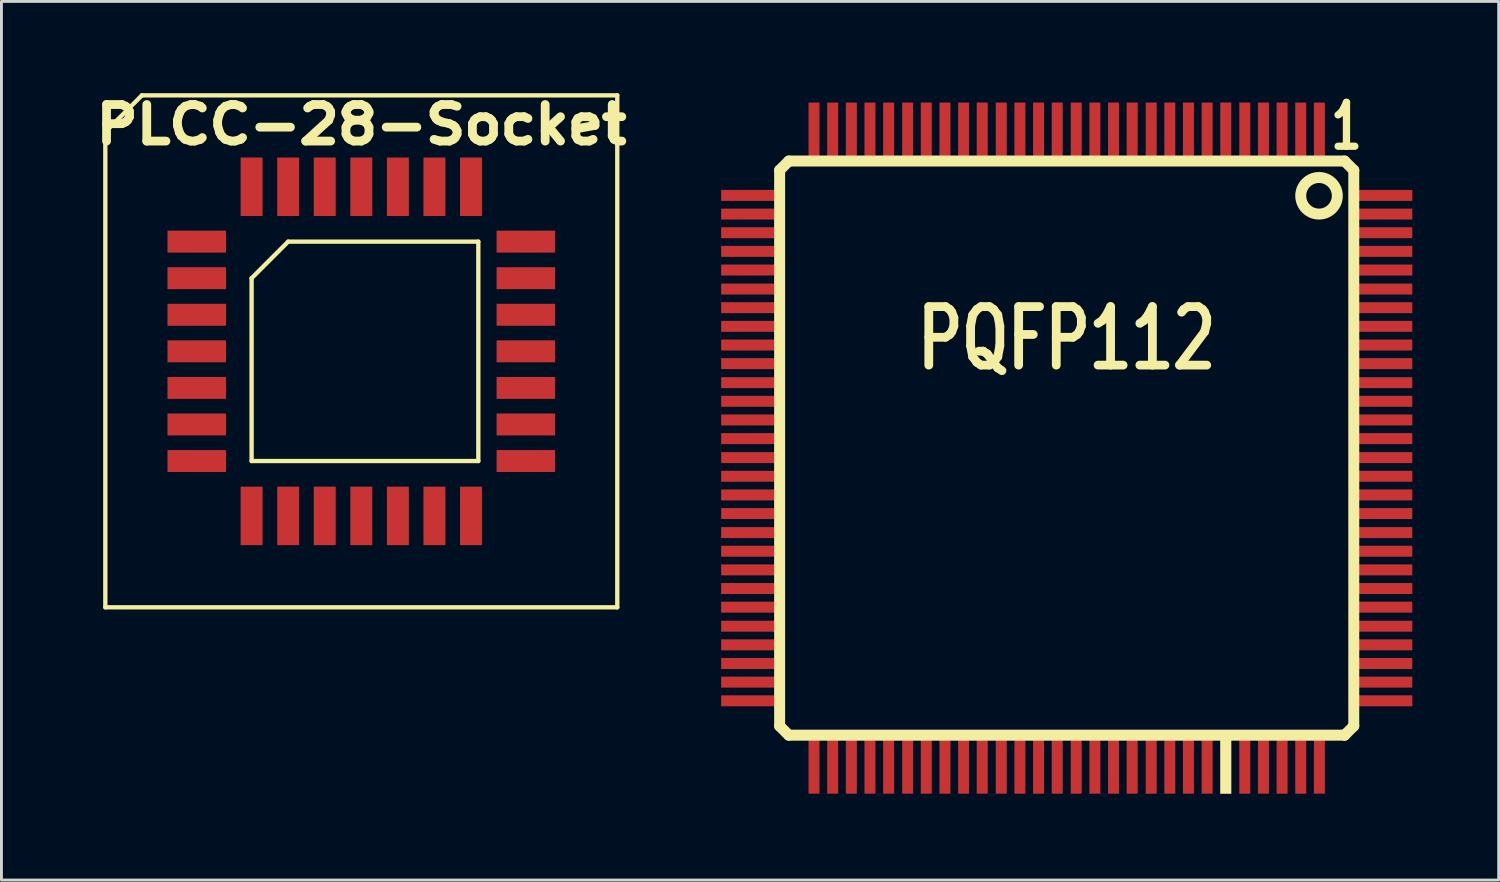
<source format=kicad_pcb>
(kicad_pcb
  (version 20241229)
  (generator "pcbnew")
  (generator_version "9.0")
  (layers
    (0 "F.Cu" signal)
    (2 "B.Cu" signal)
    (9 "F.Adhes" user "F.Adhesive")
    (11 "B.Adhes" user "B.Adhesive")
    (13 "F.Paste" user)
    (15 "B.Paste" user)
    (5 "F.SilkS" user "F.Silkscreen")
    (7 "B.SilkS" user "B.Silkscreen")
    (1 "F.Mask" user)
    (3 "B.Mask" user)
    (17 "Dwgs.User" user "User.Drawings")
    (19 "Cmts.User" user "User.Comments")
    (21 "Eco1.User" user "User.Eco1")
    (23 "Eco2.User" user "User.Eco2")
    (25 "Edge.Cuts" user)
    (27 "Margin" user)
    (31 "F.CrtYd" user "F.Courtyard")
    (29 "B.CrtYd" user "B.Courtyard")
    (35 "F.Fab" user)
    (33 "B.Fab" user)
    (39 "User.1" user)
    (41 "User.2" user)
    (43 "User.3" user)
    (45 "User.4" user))
  (footprint "PLCC-28-Socket"
    (layer "F.Cu")
    (at 9.498 9.152)
    (property "Reference" "PLCC-28-Socket" (at 0 -7.874 0) (layer "F.SilkS") (effects (font (size 1.27 1.397) (thickness 0.305))))
    (attr smd)
    (fp_line (start -8.89 -7.62) (end -8.89 8.89) (stroke (width 0.15) (type solid)) (layer "F.SilkS"))
    (fp_line (start -8.89 8.89) (end 8.89 8.89) (stroke (width 0.15) (type solid)) (layer "F.SilkS"))
    (fp_line (start -7.62 -8.89) (end -8.89 -7.62) (stroke (width 0.15) (type solid)) (layer "F.SilkS"))
    (fp_line (start -7.62 -8.89) (end 8.89 -8.89) (stroke (width 0.15) (type solid)) (layer "F.SilkS"))
    (fp_line (start -3.81 3.81) (end -3.81 -2.54) (stroke (width 0.15) (type solid)) (layer "F.SilkS"))
    (fp_line (start -2.54 -3.81) (end -3.81 -2.54) (stroke (width 0.15) (type solid)) (layer "F.SilkS"))
    (fp_line (start 4.064 -3.81) (end -2.54 -3.81) (stroke (width 0.15) (type solid)) (layer "F.SilkS"))
    (fp_line (start 4.064 -3.81) (end 4.064 3.81) (stroke (width 0.15) (type solid)) (layer "F.SilkS"))
    (fp_line (start 4.064 3.81) (end -3.81 3.81) (stroke (width 0.15) (type solid)) (layer "F.SilkS"))
    (fp_line (start 8.89 8.89) (end 8.89 -8.89) (stroke (width 0.15) (type solid)) (layer "F.SilkS"))
    (pad "1" smd rect (at 0 -5.715 270) (size 2.032 0.762) (layers "F.Cu" "F.Mask" "F.Paste"))
    (pad "2" smd rect (at -1.27 -5.715 270) (size 2.032 0.762) (layers "F.Cu" "F.Mask" "F.Paste"))
    (pad "3" smd rect (at -2.54 -5.715 270) (size 2.032 0.762) (layers "F.Cu" "F.Mask" "F.Paste"))
    (pad "4" smd rect (at -3.81 -5.715 270) (size 2.032 0.762) (layers "F.Cu" "F.Mask" "F.Paste"))
    (pad "5" smd rect (at -5.715 -3.81 270) (size 0.762 2.032) (layers "F.Cu" "F.Mask" "F.Paste"))
    (pad "6" smd rect (at -5.715 -2.54 270) (size 0.762 2.032) (layers "F.Cu" "F.Mask" "F.Paste"))
    (pad "7" smd rect (at -5.715 -1.27 270) (size 0.762 2.032) (layers "F.Cu" "F.Mask" "F.Paste"))
    (pad "8" smd rect (at -5.715 0 270) (size 0.762 2.032) (layers "F.Cu" "F.Mask" "F.Paste"))
    (pad "9" smd rect (at -5.715 1.27 270) (size 0.762 2.032) (layers "F.Cu" "F.Mask" "F.Paste"))
    (pad "10" smd rect (at -5.715 2.54 270) (size 0.762 2.032) (layers "F.Cu" "F.Mask" "F.Paste"))
    (pad "11" smd rect (at -5.715 3.81 270) (size 0.762 2.032) (layers "F.Cu" "F.Mask" "F.Paste"))
    (pad "12" smd rect (at -3.81 5.715 270) (size 2.032 0.762) (layers "F.Cu" "F.Mask" "F.Paste"))
    (pad "13" smd rect (at -2.54 5.715 270) (size 2.032 0.762) (layers "F.Cu" "F.Mask" "F.Paste"))
    (pad "14" smd rect (at -1.27 5.715 270) (size 2.032 0.762) (layers "F.Cu" "F.Mask" "F.Paste"))
    (pad "15" smd rect (at 0 5.715 270) (size 2.032 0.762) (layers "F.Cu" "F.Mask" "F.Paste"))
    (pad "16" smd rect (at 1.27 5.715 270) (size 2.032 0.762) (layers "F.Cu" "F.Mask" "F.Paste"))
    (pad "17" smd rect (at 2.54 5.715 270) (size 2.032 0.762) (layers "F.Cu" "F.Mask" "F.Paste"))
    (pad "18" smd rect (at 3.81 5.715 270) (size 2.032 0.762) (layers "F.Cu" "F.Mask" "F.Paste"))
    (pad "19" smd rect (at 5.715 3.81 270) (size 0.762 2.032) (layers "F.Cu" "F.Mask" "F.Paste"))
    (pad "20" smd rect (at 5.715 2.54 270) (size 0.762 2.032) (layers "F.Cu" "F.Mask" "F.Paste"))
    (pad "21" smd rect (at 5.715 1.27 270) (size 0.762 2.032) (layers "F.Cu" "F.Mask" "F.Paste"))
    (pad "22" smd rect (at 5.715 0 270) (size 0.762 2.032) (layers "F.Cu" "F.Mask" "F.Paste"))
    (pad "23" smd rect (at 5.715 -1.27 270) (size 0.762 2.032) (layers "F.Cu" "F.Mask" "F.Paste"))
    (pad "24" smd rect (at 5.715 -2.54 270) (size 0.762 2.032) (layers "F.Cu" "F.Mask" "F.Paste"))
    (pad "25" smd rect (at 5.715 -3.81 270) (size 0.762 2.032) (layers "F.Cu" "F.Mask" "F.Paste"))
    (pad "26" smd rect (at 3.81 -5.715 270) (size 2.032 0.762) (layers "F.Cu" "F.Mask" "F.Paste"))
    (pad "27" smd rect (at 2.54 -5.715 270) (size 2.032 0.762) (layers "F.Cu" "F.Mask" "F.Paste"))
    (pad "28" smd rect (at 1.27 -5.715 270) (size 2.032 0.762) (layers "F.Cu" "F.Mask" "F.Paste")))
  (footprint "PQFP112"
    (layer "F.Cu")
    (at 33.997 12.513)
    (property "Reference" "PQFP112" (at 0 -3.807 0) (layer "F.SilkS") (effects (font (size 2.032 1.524) (thickness 0.305))))
    (attr through_hole)
    (fp_line (start -9.97 -9.652) (end -9.97 9.652) (stroke (width 0.381) (type solid)) (layer "F.SilkS"))
    (fp_line (start -9.97 -9.652) (end -9.652 -9.97) (stroke (width 0.381) (type solid)) (layer "F.SilkS"))
    (fp_line (start -9.97 9.652) (end -9.652 9.97) (stroke (width 0.381) (type solid)) (layer "F.SilkS"))
    (fp_line (start -9.652 -9.97) (end 9.652 -9.97) (stroke (width 0.381) (type solid)) (layer "F.SilkS"))
    (fp_line (start 9.652 9.97) (end -9.652 9.97) (stroke (width 0.381) (type solid)) (layer "F.SilkS"))
    (fp_line (start 9.97 -9.652) (end 9.652 -9.97) (stroke (width 0.381) (type solid)) (layer "F.SilkS"))
    (fp_line (start 9.97 9.652) (end 9.652 9.97) (stroke (width 0.381) (type solid)) (layer "F.SilkS"))
    (fp_line (start 9.97 9.652) (end 9.97 -9.652) (stroke (width 0.381) (type solid)) (layer "F.SilkS"))
    (fp_circle (center 8.763 -8.763) (end 8.763 -8.128) (stroke (width 0.381) (type solid)) (fill no) (layer "F.SilkS"))
    (fp_text user "1" (at 9.716 -11.176 0) (layer "F.SilkS") (effects (font (size 1.524 1.016) (thickness 0.254))))
    (pad "1" smd rect (at 8.776 -10.986 90) (size 2.032 0.381) (layers "F.Cu" "F.Mask" "F.Paste"))
    (pad "2" smd rect (at 8.128 -10.986 90) (size 2.032 0.381) (layers "F.Cu" "F.Mask" "F.Paste"))
    (pad "3" smd rect (at 7.48 -10.986 90) (size 2.032 0.381) (layers "F.Cu" "F.Mask" "F.Paste"))
    (pad "4" smd rect (at 6.833 -10.986 90) (size 2.032 0.381) (layers "F.Cu" "F.Mask" "F.Paste"))
    (pad "5" smd rect (at 6.185 -10.986 90) (size 2.032 0.381) (layers "F.Cu" "F.Mask" "F.Paste"))
    (pad "6" smd rect (at 5.524 -10.986 90) (size 2.032 0.381) (layers "F.Cu" "F.Mask" "F.Paste"))
    (pad "7" smd rect (at 4.877 -10.986 90) (size 2.032 0.381) (layers "F.Cu" "F.Mask" "F.Paste"))
    (pad "8" smd rect (at 4.229 -10.986 90) (size 2.032 0.381) (layers "F.Cu" "F.Mask" "F.Paste"))
    (pad "9" smd rect (at 3.581 -10.986 90) (size 2.032 0.381) (layers "F.Cu" "F.Mask" "F.Paste"))
    (pad "10" smd rect (at 2.934 -10.986 90) (size 2.032 0.381) (layers "F.Cu" "F.Mask" "F.Paste"))
    (pad "11" smd rect (at 2.273 -10.986 90) (size 2.032 0.381) (layers "F.Cu" "F.Mask" "F.Paste"))
    (pad "12" smd rect (at 1.626 -10.986 90) (size 2.032 0.381) (layers "F.Cu" "F.Mask" "F.Paste"))
    (pad "13" smd rect (at 0.978 -10.986 90) (size 2.032 0.381) (layers "F.Cu" "F.Mask" "F.Paste"))
    (pad "14" smd rect (at 0.33 -10.986 90) (size 2.032 0.381) (layers "F.Cu" "F.Mask" "F.Paste"))
    (pad "15" smd rect (at -0.33 -10.986 90) (size 2.032 0.381) (layers "F.Cu" "F.Mask" "F.Paste"))
    (pad "16" smd rect (at -0.978 -10.986 90) (size 2.032 0.381) (layers "F.Cu" "F.Mask" "F.Paste"))
    (pad "17" smd rect (at -1.626 -10.986 90) (size 2.032 0.381) (layers "F.Cu" "F.Mask" "F.Paste"))
    (pad "18" smd rect (at -2.273 -10.986 90) (size 2.032 0.381) (layers "F.Cu" "F.Mask" "F.Paste"))
    (pad "19" smd rect (at -2.934 -10.986 90) (size 2.032 0.381) (layers "F.Cu" "F.Mask" "F.Paste"))
    (pad "20" smd rect (at -3.581 -10.986 90) (size 2.032 0.381) (layers "F.Cu" "F.Mask" "F.Paste"))
    (pad "21" smd rect (at -4.229 -10.986 90) (size 2.032 0.381) (layers "F.Cu" "F.Mask" "F.Paste"))
    (pad "22" smd rect (at -4.877 -10.986 90) (size 2.032 0.381) (layers "F.Cu" "F.Mask" "F.Paste"))
    (pad "23" smd rect (at -5.524 -10.986 90) (size 2.032 0.381) (layers "F.Cu" "F.Mask" "F.Paste"))
    (pad "24" smd rect (at -6.185 -10.986 90) (size 2.032 0.381) (layers "F.Cu" "F.Mask" "F.Paste"))
    (pad "25" smd rect (at -6.833 -10.986 90) (size 2.032 0.381) (layers "F.Cu" "F.Mask" "F.Paste"))
    (pad "26" smd rect (at -7.48 -10.986 90) (size 2.032 0.381) (layers "F.Cu" "F.Mask" "F.Paste"))
    (pad "27" smd rect (at -8.128 -10.986 90) (size 2.032 0.381) (layers "F.Cu" "F.Mask" "F.Paste"))
    (pad "28" smd rect (at -8.776 -10.986 90) (size 2.032 0.381) (layers "F.Cu" "F.Mask" "F.Paste"))
    (pad "29" smd rect (at -10.986 -8.776) (size 2.032 0.381) (layers "F.Cu" "F.Mask" "F.Paste"))
    (pad "30" smd rect (at -10.986 -8.128) (size 2.032 0.381) (layers "F.Cu" "F.Mask" "F.Paste"))
    (pad "31" smd rect (at -10.986 -7.48) (size 2.032 0.381) (layers "F.Cu" "F.Mask" "F.Paste"))
    (pad "32" smd rect (at -10.986 -6.833) (size 2.032 0.381) (layers "F.Cu" "F.Mask" "F.Paste"))
    (pad "33" smd rect (at -10.986 -6.185) (size 2.032 0.381) (layers "F.Cu" "F.Mask" "F.Paste"))
    (pad "34" smd rect (at -10.986 -5.524) (size 2.032 0.381) (layers "F.Cu" "F.Mask" "F.Paste"))
    (pad "35" smd rect (at -10.986 -4.877) (size 2.032 0.381) (layers "F.Cu" "F.Mask" "F.Paste"))
    (pad "36" smd rect (at -10.986 -4.229) (size 2.032 0.381) (layers "F.Cu" "F.Mask" "F.Paste"))
    (pad "37" smd rect (at -10.986 -3.581) (size 2.032 0.381) (layers "F.Cu" "F.Mask" "F.Paste"))
    (pad "38" smd rect (at -10.986 -2.934) (size 2.032 0.381) (layers "F.Cu" "F.Mask" "F.Paste"))
    (pad "39" smd rect (at -10.986 -2.273) (size 2.032 0.381) (layers "F.Cu" "F.Mask" "F.Paste"))
    (pad "40" smd rect (at -10.986 -1.626) (size 2.032 0.381) (layers "F.Cu" "F.Mask" "F.Paste"))
    (pad "41" smd rect (at -10.986 -0.978) (size 2.032 0.381) (layers "F.Cu" "F.Mask" "F.Paste"))
    (pad "42" smd rect (at -10.986 -0.33) (size 2.032 0.381) (layers "F.Cu" "F.Mask" "F.Paste"))
    (pad "43" smd rect (at -10.986 0.33) (size 2.032 0.381) (layers "F.Cu" "F.Mask" "F.Paste"))
    (pad "44" smd rect (at -10.986 0.978) (size 2.032 0.381) (layers "F.Cu" "F.Mask" "F.Paste"))
    (pad "45" smd rect (at -10.986 1.626) (size 2.032 0.381) (layers "F.Cu" "F.Mask" "F.Paste"))
    (pad "46" smd rect (at -10.986 2.273) (size 2.032 0.381) (layers "F.Cu" "F.Mask" "F.Paste"))
    (pad "47" smd rect (at -10.986 2.934) (size 2.032 0.381) (layers "F.Cu" "F.Mask" "F.Paste"))
    (pad "48" smd rect (at -10.986 3.581) (size 2.032 0.381) (layers "F.Cu" "F.Mask" "F.Paste"))
    (pad "49" smd rect (at -10.986 4.229) (size 2.032 0.381) (layers "F.Cu" "F.Mask" "F.Paste"))
    (pad "50" smd rect (at -10.986 4.877) (size 2.032 0.381) (layers "F.Cu" "F.Mask" "F.Paste"))
    (pad "51" smd rect (at -10.986 5.524) (size 2.032 0.381) (layers "F.Cu" "F.Mask" "F.Paste"))
    (pad "52" smd rect (at -10.986 6.185) (size 2.032 0.381) (layers "F.Cu" "F.Mask" "F.Paste"))
    (pad "53" smd rect (at -10.986 6.833) (size 2.032 0.381) (layers "F.Cu" "F.Mask" "F.Paste"))
    (pad "54" smd rect (at -10.986 7.48) (size 2.032 0.381) (layers "F.Cu" "F.Mask" "F.Paste"))
    (pad "55" smd rect (at -10.986 8.128) (size 2.032 0.381) (layers "F.Cu" "F.Mask" "F.Paste"))
    (pad "56" smd rect (at -10.986 8.776) (size 2.032 0.381) (layers "F.Cu" "F.Mask" "F.Paste"))
    (pad "57" smd rect (at -8.776 10.986 90) (size 2.032 0.381) (layers "F.Cu" "F.Mask" "F.Paste"))
    (pad "58" smd rect (at -8.128 10.986 90) (size 2.032 0.381) (layers "F.Cu" "F.Mask" "F.Paste"))
    (pad "59" smd rect (at -7.48 10.986 90) (size 2.032 0.381) (layers "F.Cu" "F.Mask" "F.Paste"))
    (pad "60" smd rect (at -6.833 10.986 90) (size 2.032 0.381) (layers "F.Cu" "F.Mask" "F.Paste"))
    (pad "61" smd rect (at -6.185 10.986 90) (size 2.032 0.381) (layers "F.Cu" "F.Mask" "F.Paste"))
    (pad "62" smd rect (at -5.524 10.986 90) (size 2.032 0.381) (layers "F.Cu" "F.Mask" "F.Paste"))
    (pad "63" smd rect (at -4.877 10.986 90) (size 2.032 0.381) (layers "F.Cu" "F.Mask" "F.Paste"))
    (pad "64" smd rect (at -4.229 10.986 90) (size 2.032 0.381) (layers "F.Cu" "F.Mask" "F.Paste"))
    (pad "65" smd rect (at -3.581 10.986 90) (size 2.032 0.381) (layers "F.Cu" "F.Mask" "F.Paste"))
    (pad "66" smd rect (at -2.934 10.986 90) (size 2.032 0.381) (layers "F.Cu" "F.Mask" "F.Paste"))
    (pad "67" smd rect (at -2.273 10.986 90) (size 2.032 0.381) (layers "F.Cu" "F.Mask" "F.Paste"))
    (pad "68" smd rect (at -1.626 10.986 90) (size 2.032 0.381) (layers "F.Cu" "F.Mask" "F.Paste"))
    (pad "69" smd rect (at -0.978 10.986 90) (size 2.032 0.381) (layers "F.Cu" "F.Mask" "F.Paste"))
    (pad "70" smd rect (at -0.33 10.986 90) (size 2.032 0.381) (layers "F.Cu" "F.Mask" "F.Paste"))
    (pad "71" smd rect (at 0.33 10.986 90) (size 2.032 0.381) (layers "F.Cu" "F.Mask" "F.Paste"))
    (pad "72" smd rect (at 0.978 10.986 90) (size 2.032 0.381) (layers "F.Cu" "F.Mask" "F.Paste"))
    (pad "73" smd rect (at 1.626 10.986 90) (size 2.032 0.381) (layers "F.Cu" "F.Mask" "F.Paste"))
    (pad "74" smd rect (at 2.273 10.986 90) (size 2.032 0.381) (layers "F.Cu" "F.Mask" "F.Paste"))
    (pad "75" smd rect (at 2.934 10.986 90) (size 2.032 0.381) (layers "F.Cu" "F.Mask" "F.Paste"))
    (pad "76" smd rect (at 3.581 10.986 90) (size 2.032 0.381) (layers "F.Cu" "F.Mask" "F.Paste"))
    (pad "77" smd rect (at 4.229 10.986 90) (size 2.032 0.381) (layers "F.Cu" "F.Mask" "F.Paste"))
    (pad "78" smd rect (at 4.877 10.986 90) (size 2.032 0.381) (layers "F.Cu" "F.Mask" "F.Paste"))
    (pad "79" smd rect (at 5.524 10.986 90) (size 2.032 0.381) (layers "F.Cu" "F.Mask" "F.SilkS" "F.Paste"))
    (pad "80" smd rect (at 6.185 10.986 90) (size 2.032 0.381) (layers "F.Cu" "F.Mask" "F.Paste"))
    (pad "81" smd rect (at 6.833 10.986 90) (size 2.032 0.381) (layers "F.Cu" "F.Mask" "F.Paste"))
    (pad "82" smd rect (at 7.48 10.986 90) (size 2.032 0.381) (layers "F.Cu" "F.Mask" "F.Paste"))
    (pad "83" smd rect (at 8.128 10.986 90) (size 2.032 0.381) (layers "F.Cu" "F.Mask" "F.Paste"))
    (pad "84" smd rect (at 8.776 10.986 90) (size 2.032 0.381) (layers "F.Cu" "F.Mask" "F.Paste"))
    (pad "85" smd rect (at 10.986 8.776) (size 2.032 0.381) (layers "F.Cu" "F.Mask" "F.Paste"))
    (pad "86" smd rect (at 10.986 8.128) (size 2.032 0.381) (layers "F.Cu" "F.Mask" "F.Paste"))
    (pad "87" smd rect (at 10.986 7.48) (size 2.032 0.381) (layers "F.Cu" "F.Mask" "F.Paste"))
    (pad "88" smd rect (at 10.986 6.833) (size 2.032 0.381) (layers "F.Cu" "F.Mask" "F.Paste"))
    (pad "89" smd rect (at 10.986 6.185) (size 2.032 0.381) (layers "F.Cu" "F.Mask" "F.Paste"))
    (pad "90" smd rect (at 10.986 5.524) (size 2.032 0.381) (layers "F.Cu" "F.Mask" "F.Paste"))
    (pad "91" smd rect (at 10.986 4.877) (size 2.032 0.381) (layers "F.Cu" "F.Mask" "F.Paste"))
    (pad "92" smd rect (at 10.986 4.229) (size 2.032 0.381) (layers "F.Cu" "F.Mask" "F.Paste"))
    (pad "93" smd rect (at 10.986 3.581) (size 2.032 0.381) (layers "F.Cu" "F.Mask" "F.Paste"))
    (pad "94" smd rect (at 10.986 2.934) (size 2.032 0.381) (layers "F.Cu" "F.Mask" "F.Paste"))
    (pad "95" smd rect (at 10.986 2.273) (size 2.032 0.381) (layers "F.Cu" "F.Mask" "F.Paste"))
    (pad "96" smd rect (at 10.986 1.626) (size 2.032 0.381) (layers "F.Cu" "F.Mask" "F.Paste"))
    (pad "97" smd rect (at 10.986 0.978) (size 2.032 0.381) (layers "F.Cu" "F.Mask" "F.Paste"))
    (pad "98" smd rect (at 10.986 0.33) (size 2.032 0.381) (layers "F.Cu" "F.Mask" "F.Paste"))
    (pad "99" smd rect (at 10.986 -0.33) (size 2.032 0.381) (layers "F.Cu" "F.Mask" "F.Paste"))
    (pad "100" smd rect (at 10.986 -0.978) (size 2.032 0.381) (layers "F.Cu" "F.Mask" "F.Paste"))
    (pad "101" smd rect (at 10.986 -1.626) (size 2.032 0.381) (layers "F.Cu" "F.Mask" "F.Paste"))
    (pad "102" smd rect (at 10.986 -2.273) (size 2.032 0.381) (layers "F.Cu" "F.Mask" "F.Paste"))
    (pad "103" smd rect (at 10.986 -2.934) (size 2.032 0.381) (layers "F.Cu" "F.Mask" "F.Paste"))
    (pad "104" smd rect (at 10.986 -3.581) (size 2.032 0.381) (layers "F.Cu" "F.Mask" "F.Paste"))
    (pad "105" smd rect (at 10.986 -4.229) (size 2.032 0.381) (layers "F.Cu" "F.Mask" "F.Paste"))
    (pad "106" smd rect (at 10.986 -4.877) (size 2.032 0.381) (layers "F.Cu" "F.Mask" "F.Paste"))
    (pad "107" smd rect (at 10.986 -5.524) (size 2.032 0.381) (layers "F.Cu" "F.Mask" "F.Paste"))
    (pad "108" smd rect (at 10.986 -6.185) (size 2.032 0.381) (layers "F.Cu" "F.Mask" "F.Paste"))
    (pad "109" smd rect (at 10.986 -6.833) (size 2.032 0.381) (layers "F.Cu" "F.Mask" "F.Paste"))
    (pad "110" smd rect (at 10.986 -7.48) (size 2.032 0.381) (layers "F.Cu" "F.Mask" "F.Paste"))
    (pad "111" smd rect (at 10.986 -8.128) (size 2.032 0.381) (layers "F.Cu" "F.Mask" "F.Paste"))
    (pad "112" smd rect (at 10.986 -8.776) (size 2.032 0.381) (layers "F.Cu" "F.Mask" "F.Paste")))
  (gr_rect
    (start -3 -3)
    (end 48.999 27.515)
    (stroke (width 0.1) (type default))
    (fill no)
    (layer "Edge.Cuts")))
</source>
